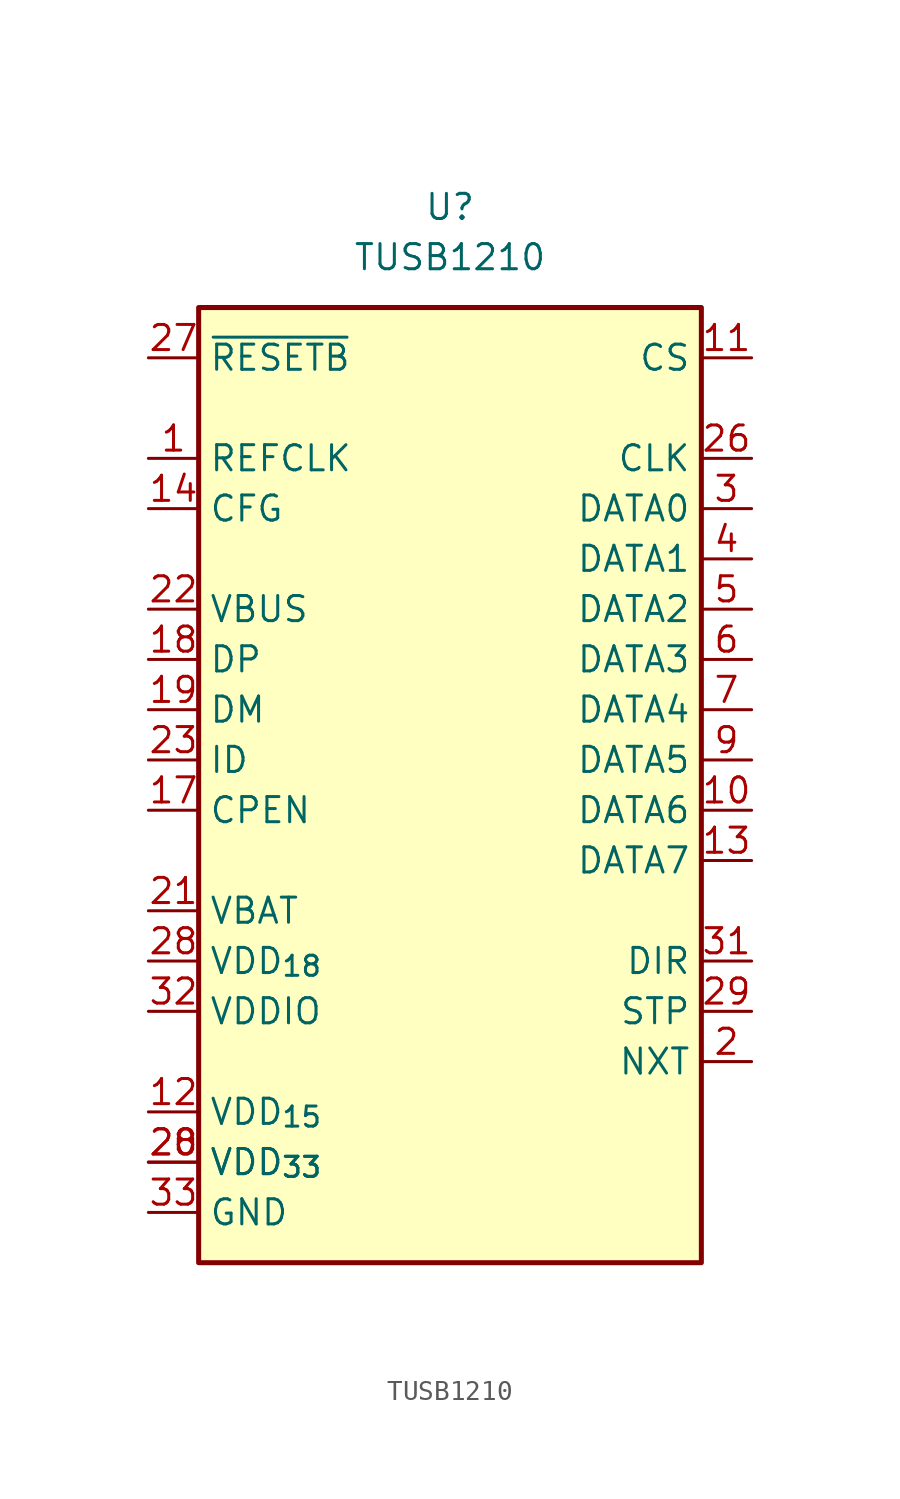
<source format=kicad_sym>
(kicad_symbol_lib
  (version 20220914)
  (generator kicad_symbol_editor)
  (symbol "TUSB1210"
    (property "Reference" "U"
      (at 0 5.08 0)
      (effects (font (size 1.27 1.27))))
    (property "Value" "TUSB1210"
      (at 0 2.54 0)
      (effects (font (size 1.27 1.27))))
    (symbol "TUSB1210_0_1"
      (rectangle (start -12.7 0) (end 12.7 -48.26) (stroke (width 0.254) (type default)) (fill (type background))))
    (symbol "TUSB1210_1_1"
      (pin input line (at -15.24 -7.62 0) (length 2.54) (name "REFCLK" (effects (font (size 1.27 1.27)))) (number "1" (effects (font (size 1.27 1.27)))))
      (pin bidirectional line (at 15.24 -25.4 180) (length 2.54) (name "DATA6" (effects (font (size 1.27 1.27)))) (number "10" (effects (font (size 1.27 1.27)))))
      (pin input line (at 15.24 -2.54 180) (length 2.54) (name "CS" (effects (font (size 1.27 1.27)))) (number "11" (effects (font (size 1.27 1.27)))))
      (pin power_out line (at -15.24 -40.64 0) (length 2.54) (name "VDD_{15}" (effects (font (size 1.27 1.27)))) (number "12" (effects (font (size 1.27 1.27)))))
      (pin bidirectional line (at 15.24 -27.94 180) (length 2.54) (name "DATA7" (effects (font (size 1.27 1.27)))) (number "13" (effects (font (size 1.27 1.27)))))
      (pin bidirectional line (at -15.24 -10.16 0) (length 2.54) (name "CFG" (effects (font (size 1.27 1.27)))) (number "14" (effects (font (size 1.27 1.27)))))
      (pin no_connect line (at 15.24 -45.085 180) (length 2.54) hide (name "NC" (effects (font (size 1.27 1.27)))) (number "15" (effects (font (size 1.27 1.27)))))
      (pin no_connect line (at 15.24 -44.45 180) (length 2.54) hide (name "NC" (effects (font (size 1.27 1.27)))) (number "16" (effects (font (size 1.27 1.27)))))
      (pin output line (at -15.24 -25.4 0) (length 2.54) (name "CPEN" (effects (font (size 1.27 1.27)))) (number "17" (effects (font (size 1.27 1.27)))))
      (pin bidirectional line (at -15.24 -17.78 0) (length 2.54) (name "DP" (effects (font (size 1.27 1.27)))) (number "18" (effects (font (size 1.27 1.27)))))
      (pin bidirectional line (at -15.24 -20.32 0) (length 2.54) (name "DM" (effects (font (size 1.27 1.27)))) (number "19" (effects (font (size 1.27 1.27)))))
      (pin output line (at 15.24 -38.1 180) (length 2.54) (name "NXT" (effects (font (size 1.27 1.27)))) (number "2" (effects (font (size 1.27 1.27)))))
      (pin power_out line (at -15.24 -43.18 0) (length 2.54) (name "VDD_{33}" (effects (font (size 1.27 1.27)))) (number "20" (effects (font (size 1.27 1.27)))))
      (pin power_in line (at -15.24 -30.48 0) (length 2.54) (name "VBAT" (effects (font (size 1.27 1.27)))) (number "21" (effects (font (size 1.27 1.27)))))
      (pin input line (at -15.24 -15.24 0) (length 2.54) (name "VBUS" (effects (font (size 1.27 1.27)))) (number "22" (effects (font (size 1.27 1.27)))))
      (pin input line (at -15.24 -22.86 0) (length 2.54) (name "ID" (effects (font (size 1.27 1.27)))) (number "23" (effects (font (size 1.27 1.27)))))
      (pin no_connect line (at 15.24 -43.815 180) (length 2.54) hide (name "NC" (effects (font (size 1.27 1.27)))) (number "24" (effects (font (size 1.27 1.27)))))
      (pin no_connect line (at 15.24 -43.18 180) (length 2.54) hide (name "NC" (effects (font (size 1.27 1.27)))) (number "25" (effects (font (size 1.27 1.27)))))
      (pin bidirectional line (at 15.24 -7.62 180) (length 2.54) (name "CLK" (effects (font (size 1.27 1.27)))) (number "26" (effects (font (size 1.27 1.27)))) (alternate "CLKIN" input clock) (alternate "CLKOUT" output line))
      (pin input line (at -15.24 -2.54 0) (length 2.54) (name "~{RESETB}" (effects (font (size 1.27 1.27)))) (number "27" (effects (font (size 1.27 1.27)))))
      (pin power_in line (at -15.24 -33.02 0) (length 2.54) (name "VDD_{18}" (effects (font (size 1.27 1.27)))) (number "28" (effects (font (size 1.27 1.27)))))
      (pin power_out line (at -15.24 -43.18 0) (length 2.54) (name "VDD_{33}" (effects (font (size 1.27 1.27)))) (number "28" (effects (font (size 1.27 1.27)))))
      (pin input line (at 15.24 -35.56 180) (length 2.54) (name "STP" (effects (font (size 1.27 1.27)))) (number "29" (effects (font (size 1.27 1.27)))))
      (pin bidirectional line (at 15.24 -10.16 180) (length 2.54) (name "DATA0" (effects (font (size 1.27 1.27)))) (number "3" (effects (font (size 1.27 1.27)))))
      (pin power_in line (at -15.24 -33.02 0) (length 2.54) hide (name "VDD_{18}" (effects (font (size 1.27 1.27)))) (number "30" (effects (font (size 1.27 1.27)))))
      (pin output line (at 15.24 -33.02 180) (length 2.54) (name "DIR" (effects (font (size 1.27 1.27)))) (number "31" (effects (font (size 1.27 1.27)))))
      (pin power_out line (at -15.24 -35.56 0) (length 2.54) (name "VDDIO" (effects (font (size 1.27 1.27)))) (number "32" (effects (font (size 1.27 1.27)))))
      (pin power_in line (at -15.24 -45.72 0) (length 2.54) (name "GND" (effects (font (size 1.27 1.27)))) (number "33" (effects (font (size 1.27 1.27)))))
      (pin bidirectional line (at 15.24 -12.7 180) (length 2.54) (name "DATA1" (effects (font (size 1.27 1.27)))) (number "4" (effects (font (size 1.27 1.27)))))
      (pin bidirectional line (at 15.24 -15.24 180) (length 2.54) (name "DATA2" (effects (font (size 1.27 1.27)))) (number "5" (effects (font (size 1.27 1.27)))))
      (pin bidirectional line (at 15.24 -17.78 180) (length 2.54) (name "DATA3" (effects (font (size 1.27 1.27)))) (number "6" (effects (font (size 1.27 1.27)))))
      (pin bidirectional line (at 15.24 -20.32 180) (length 2.54) (name "DATA4" (effects (font (size 1.27 1.27)))) (number "7" (effects (font (size 1.27 1.27)))))
      (pin no_connect line (at 15.24 -45.72 180) (length 2.54) hide (name "NC" (effects (font (size 1.27 1.27)))) (number "8" (effects (font (size 1.27 1.27)))))
      (pin bidirectional line (at 15.24 -22.86 180) (length 2.54) (name "DATA5" (effects (font (size 1.27 1.27)))) (number "9" (effects (font (size 1.27 1.27))))))))
</source>
